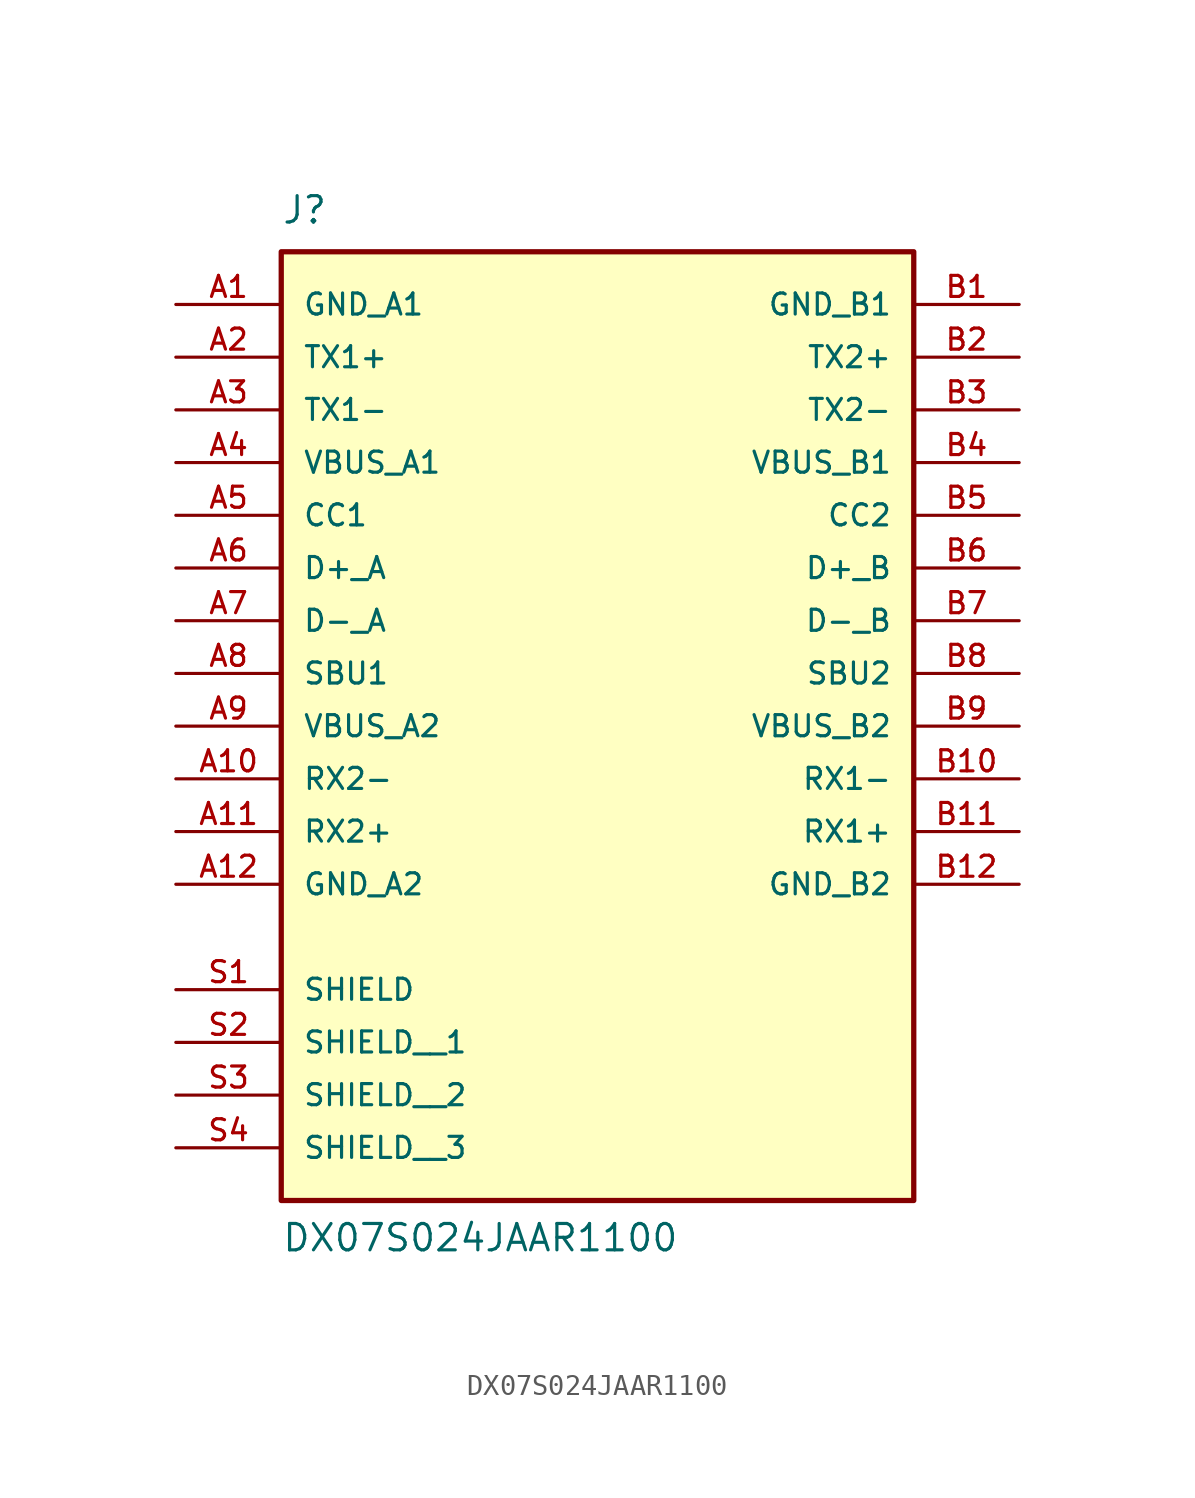
<source format=kicad_sym>
(kicad_symbol_lib
  (version 20211014)
  (generator kicad_symbol_editor)
  (symbol "DX07S024JAAR1100"
    (pin_names
      (offset 1.016))
    (property "Reference" "J"
      (at -15.24 19.05 0)
      (effects (font (size 1.27 1.27)) (justify bottom left)))
    (property "Value" "DX07S024JAAR1100"
      (at -15.24 -30.48 0)
      (effects (font (size 1.27 1.27)) (justify bottom left)))
    (symbol "DX07S024JAAR1100_0_0"
      (rectangle (start -15.24 -27.94) (end 15.24 17.78) (stroke (width 0.254)) (fill (type background)))
      (pin power_in line (at -20.32 15.24 0) (length 5.08) (name "GND_A1" (effects (font (size 1.016 1.016)))) (number "A1" (effects (font (size 1.016 1.016)))))
      (pin power_in line (at 20.32 15.24 180.0) (length 5.08) (name "GND_B1" (effects (font (size 1.016 1.016)))) (number "B1" (effects (font (size 1.016 1.016)))))
      (pin bidirectional line (at -20.32 12.7 0) (length 5.08) (name "TX1+" (effects (font (size 1.016 1.016)))) (number "A2" (effects (font (size 1.016 1.016)))))
      (pin bidirectional line (at -20.32 10.16 0) (length 5.08) (name "TX1-" (effects (font (size 1.016 1.016)))) (number "A3" (effects (font (size 1.016 1.016)))))
      (pin power_in line (at -20.32 7.62 0) (length 5.08) (name "VBUS_A1" (effects (font (size 1.016 1.016)))) (number "A4" (effects (font (size 1.016 1.016)))))
      (pin bidirectional line (at -20.32 5.08 0) (length 5.08) (name "CC1" (effects (font (size 1.016 1.016)))) (number "A5" (effects (font (size 1.016 1.016)))))
      (pin bidirectional line (at -20.32 2.54 0) (length 5.08) (name "D+_A" (effects (font (size 1.016 1.016)))) (number "A6" (effects (font (size 1.016 1.016)))))
      (pin bidirectional line (at -20.32 0.0 0) (length 5.08) (name "D-_A" (effects (font (size 1.016 1.016)))) (number "A7" (effects (font (size 1.016 1.016)))))
      (pin bidirectional line (at -20.32 -2.54 0) (length 5.08) (name "SBU1" (effects (font (size 1.016 1.016)))) (number "A8" (effects (font (size 1.016 1.016)))))
      (pin power_in line (at -20.32 -5.08 0) (length 5.08) (name "VBUS_A2" (effects (font (size 1.016 1.016)))) (number "A9" (effects (font (size 1.016 1.016)))))
      (pin bidirectional line (at -20.32 -7.62 0) (length 5.08) (name "RX2-" (effects (font (size 1.016 1.016)))) (number "A10" (effects (font (size 1.016 1.016)))))
      (pin bidirectional line (at -20.32 -10.16 0) (length 5.08) (name "RX2+" (effects (font (size 1.016 1.016)))) (number "A11" (effects (font (size 1.016 1.016)))))
      (pin power_in line (at -20.32 -12.7 0) (length 5.08) (name "GND_A2" (effects (font (size 1.016 1.016)))) (number "A12" (effects (font (size 1.016 1.016)))))
      (pin bidirectional line (at 20.32 12.7 180.0) (length 5.08) (name "TX2+" (effects (font (size 1.016 1.016)))) (number "B2" (effects (font (size 1.016 1.016)))))
      (pin bidirectional line (at 20.32 10.16 180.0) (length 5.08) (name "TX2-" (effects (font (size 1.016 1.016)))) (number "B3" (effects (font (size 1.016 1.016)))))
      (pin power_in line (at 20.32 7.62 180.0) (length 5.08) (name "VBUS_B1" (effects (font (size 1.016 1.016)))) (number "B4" (effects (font (size 1.016 1.016)))))
      (pin bidirectional line (at 20.32 5.08 180.0) (length 5.08) (name "CC2" (effects (font (size 1.016 1.016)))) (number "B5" (effects (font (size 1.016 1.016)))))
      (pin bidirectional line (at 20.32 2.54 180.0) (length 5.08) (name "D+_B" (effects (font (size 1.016 1.016)))) (number "B6" (effects (font (size 1.016 1.016)))))
      (pin bidirectional line (at 20.32 0.0 180.0) (length 5.08) (name "D-_B" (effects (font (size 1.016 1.016)))) (number "B7" (effects (font (size 1.016 1.016)))))
      (pin bidirectional line (at 20.32 -2.54 180.0) (length 5.08) (name "SBU2" (effects (font (size 1.016 1.016)))) (number "B8" (effects (font (size 1.016 1.016)))))
      (pin power_in line (at 20.32 -5.08 180.0) (length 5.08) (name "VBUS_B2" (effects (font (size 1.016 1.016)))) (number "B9" (effects (font (size 1.016 1.016)))))
      (pin bidirectional line (at 20.32 -7.62 180.0) (length 5.08) (name "RX1-" (effects (font (size 1.016 1.016)))) (number "B10" (effects (font (size 1.016 1.016)))))
      (pin bidirectional line (at 20.32 -10.16 180.0) (length 5.08) (name "RX1+" (effects (font (size 1.016 1.016)))) (number "B11" (effects (font (size 1.016 1.016)))))
      (pin power_in line (at 20.32 -12.7 180.0) (length 5.08) (name "GND_B2" (effects (font (size 1.016 1.016)))) (number "B12" (effects (font (size 1.016 1.016)))))
      (pin passive line (at -20.32 -17.78 0) (length 5.08) (name "SHIELD" (effects (font (size 1.016 1.016)))) (number "S1" (effects (font (size 1.016 1.016)))))
      (pin passive line (at -20.32 -20.32 0) (length 5.08) (name "SHIELD__1" (effects (font (size 1.016 1.016)))) (number "S2" (effects (font (size 1.016 1.016)))))
      (pin passive line (at -20.32 -22.86 0) (length 5.08) (name "SHIELD__2" (effects (font (size 1.016 1.016)))) (number "S3" (effects (font (size 1.016 1.016)))))
      (pin passive line (at -20.32 -25.4 0) (length 5.08) (name "SHIELD__3" (effects (font (size 1.016 1.016)))) (number "S4" (effects (font (size 1.016 1.016))))))))
</source>
